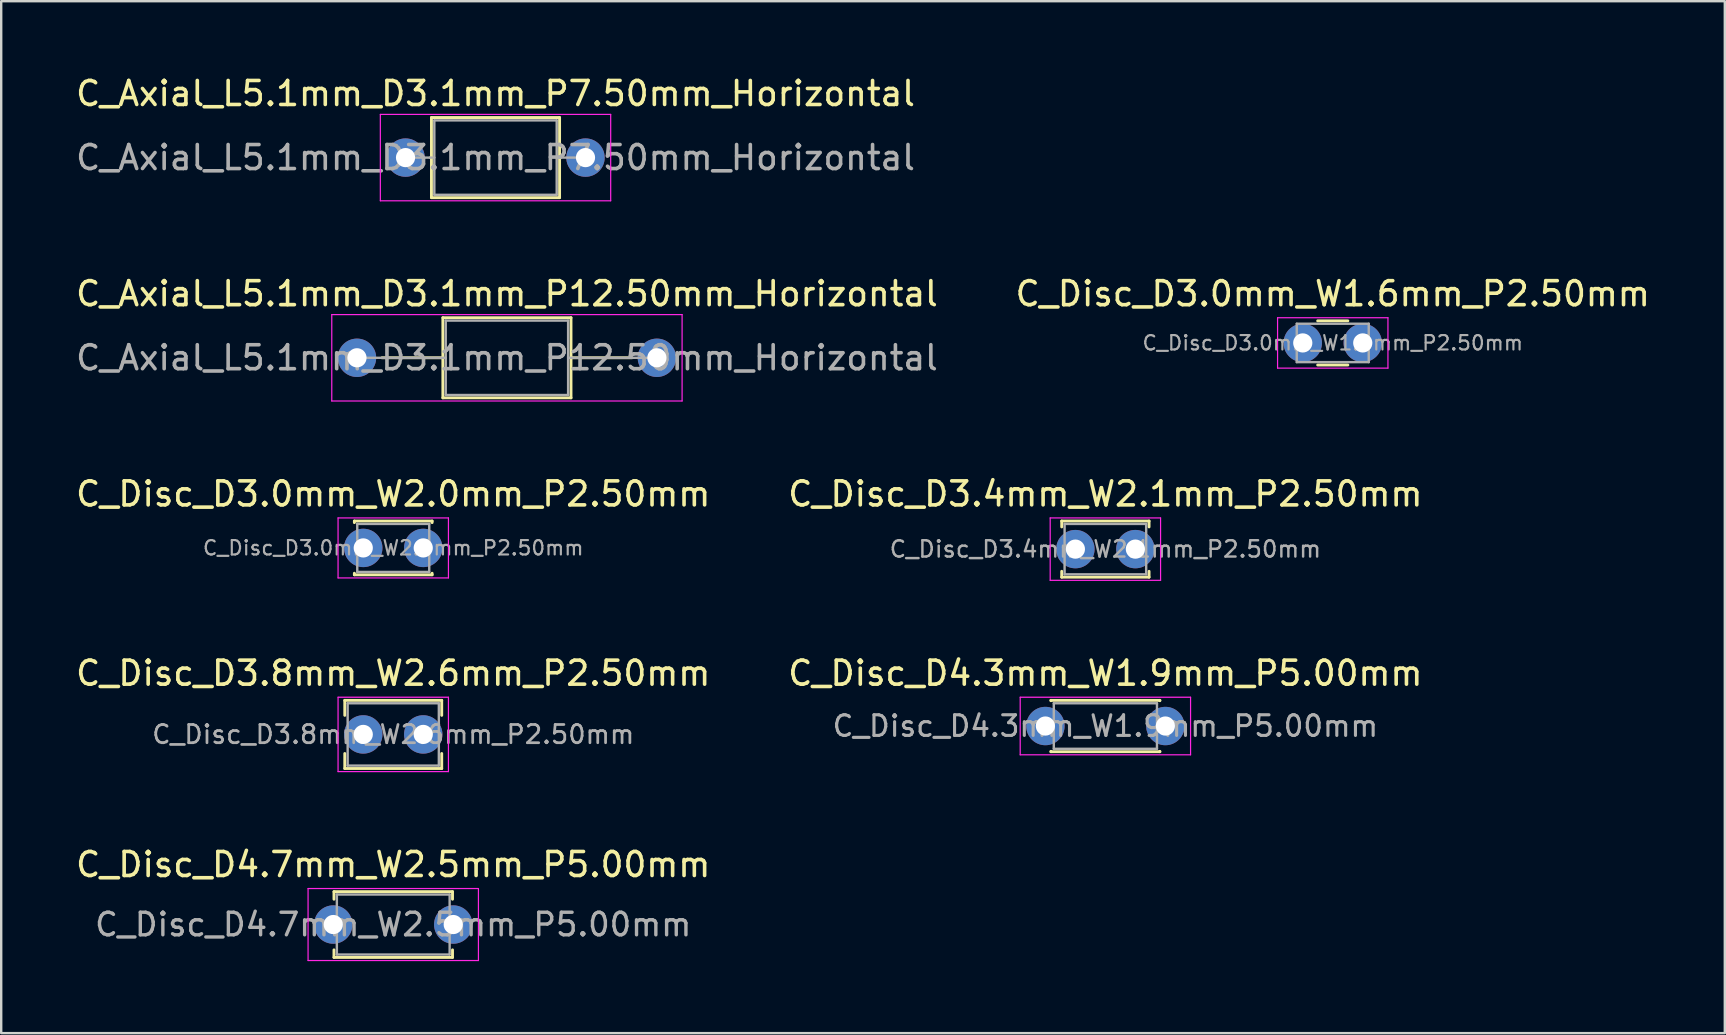
<source format=kicad_pcb>
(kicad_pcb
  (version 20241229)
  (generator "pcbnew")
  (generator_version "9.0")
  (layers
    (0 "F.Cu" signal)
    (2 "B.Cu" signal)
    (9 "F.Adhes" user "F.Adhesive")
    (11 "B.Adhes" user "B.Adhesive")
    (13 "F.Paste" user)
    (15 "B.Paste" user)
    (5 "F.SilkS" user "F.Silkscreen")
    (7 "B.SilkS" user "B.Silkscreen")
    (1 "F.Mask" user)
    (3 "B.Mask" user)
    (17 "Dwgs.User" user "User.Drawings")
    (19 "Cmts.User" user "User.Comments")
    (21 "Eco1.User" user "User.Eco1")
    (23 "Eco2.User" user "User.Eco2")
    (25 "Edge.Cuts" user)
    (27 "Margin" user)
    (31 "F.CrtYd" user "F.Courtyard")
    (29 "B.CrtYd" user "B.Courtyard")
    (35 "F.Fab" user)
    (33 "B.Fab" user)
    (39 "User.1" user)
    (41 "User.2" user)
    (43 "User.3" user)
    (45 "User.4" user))
  (footprint "C_Disc_D4.7mm_W2.5mm_P5.00mm"
    (layer "F.Cu")
    (at 10.839 35.481)
    (property "Reference" "C_Disc_D4.7mm_W2.5mm_P5.00mm" (at 2.5 -2.5 0) (layer "F.SilkS") (effects (font (size 1 1) (thickness 0.15))))
    (attr through_hole)
    (fp_line (start 0.03 -1.37) (end 0.03 -1.055) (stroke (width 0.12) (type solid)) (layer "F.SilkS"))
    (fp_line (start 0.03 -1.37) (end 4.97 -1.37) (stroke (width 0.12) (type solid)) (layer "F.SilkS"))
    (fp_line (start 0.03 1.055) (end 0.03 1.37) (stroke (width 0.12) (type solid)) (layer "F.SilkS"))
    (fp_line (start 0.03 1.37) (end 4.97 1.37) (stroke (width 0.12) (type solid)) (layer "F.SilkS"))
    (fp_line (start 4.97 -1.37) (end 4.97 -1.055) (stroke (width 0.12) (type solid)) (layer "F.SilkS"))
    (fp_line (start 4.97 1.055) (end 4.97 1.37) (stroke (width 0.12) (type solid)) (layer "F.SilkS"))
    (fp_line (start -1.05 -1.5) (end -1.05 1.5) (stroke (width 0.05) (type solid)) (layer "F.CrtYd"))
    (fp_line (start -1.05 1.5) (end 6.05 1.5) (stroke (width 0.05) (type solid)) (layer "F.CrtYd"))
    (fp_line (start 6.05 -1.5) (end -1.05 -1.5) (stroke (width 0.05) (type solid)) (layer "F.CrtYd"))
    (fp_line (start 6.05 1.5) (end 6.05 -1.5) (stroke (width 0.05) (type solid)) (layer "F.CrtYd"))
    (fp_line (start 0.15 -1.25) (end 0.15 1.25) (stroke (width 0.1) (type solid)) (layer "F.Fab"))
    (fp_line (start 0.15 1.25) (end 4.85 1.25) (stroke (width 0.1) (type solid)) (layer "F.Fab"))
    (fp_line (start 4.85 -1.25) (end 0.15 -1.25) (stroke (width 0.1) (type solid)) (layer "F.Fab"))
    (fp_line (start 4.85 1.25) (end 4.85 -1.25) (stroke (width 0.1) (type solid)) (layer "F.Fab"))
    (fp_text user "${REFERENCE}" (at 2.5 0 0) (layer "F.Fab") (effects (font (size 0.94 0.94) (thickness 0.141))))
    (pad "1" thru_hole circle (at 0 0) (size 1.6 1.6) (drill 0.8) (layers "*.Cu" "*.Mask"))
    (pad "2" thru_hole circle (at 5 0) (size 1.6 1.6) (drill 0.8) (layers "*.Cu" "*.Mask")))
  (footprint "C_Disc_D3.0mm_W2.0mm_P2.50mm"
    (layer "F.Cu")
    (at 12.089 19.785)
    (property "Reference" "C_Disc_D3.0mm_W2.0mm_P2.50mm" (at 1.25 -2.25 0) (layer "F.SilkS") (effects (font (size 1 1) (thickness 0.15))))
    (attr through_hole)
    (fp_line (start -0.37 -1.12) (end -0.37 -1.055) (stroke (width 0.12) (type solid)) (layer "F.SilkS"))
    (fp_line (start -0.37 -1.12) (end 2.87 -1.12) (stroke (width 0.12) (type solid)) (layer "F.SilkS"))
    (fp_line (start -0.37 1.055) (end -0.37 1.12) (stroke (width 0.12) (type solid)) (layer "F.SilkS"))
    (fp_line (start -0.37 1.12) (end 2.87 1.12) (stroke (width 0.12) (type solid)) (layer "F.SilkS"))
    (fp_line (start 2.87 -1.12) (end 2.87 -1.055) (stroke (width 0.12) (type solid)) (layer "F.SilkS"))
    (fp_line (start 2.87 1.055) (end 2.87 1.12) (stroke (width 0.12) (type solid)) (layer "F.SilkS"))
    (fp_line (start -1.05 -1.25) (end -1.05 1.25) (stroke (width 0.05) (type solid)) (layer "F.CrtYd"))
    (fp_line (start -1.05 1.25) (end 3.55 1.25) (stroke (width 0.05) (type solid)) (layer "F.CrtYd"))
    (fp_line (start 3.55 -1.25) (end -1.05 -1.25) (stroke (width 0.05) (type solid)) (layer "F.CrtYd"))
    (fp_line (start 3.55 1.25) (end 3.55 -1.25) (stroke (width 0.05) (type solid)) (layer "F.CrtYd"))
    (fp_line (start -0.25 -1) (end -0.25 1) (stroke (width 0.1) (type solid)) (layer "F.Fab"))
    (fp_line (start -0.25 1) (end 2.75 1) (stroke (width 0.1) (type solid)) (layer "F.Fab"))
    (fp_line (start 2.75 -1) (end -0.25 -1) (stroke (width 0.1) (type solid)) (layer "F.Fab"))
    (fp_line (start 2.75 1) (end 2.75 -1) (stroke (width 0.1) (type solid)) (layer "F.Fab"))
    (fp_text user "${REFERENCE}" (at 1.25 0 0) (layer "F.Fab") (effects (font (size 0.6 0.6) (thickness 0.09))))
    (pad "1" thru_hole circle (at 0 0) (size 1.6 1.6) (drill 0.8) (layers "*.Cu" "*.Mask"))
    (pad "2" thru_hole circle (at 2.5 0) (size 1.6 1.6) (drill 0.8) (layers "*.Cu" "*.Mask")))
  (footprint "C_Axial_L5.1mm_D3.1mm_P12.50mm_Horizontal"
    (layer "F.Cu")
    (at 11.827 11.861)
    (property "Reference" "C_Axial_L5.1mm_D3.1mm_P12.50mm_Horizontal" (at 6.25 -2.67 0) (layer "F.SilkS") (effects (font (size 1 1) (thickness 0.15))))
    (attr through_hole)
    (fp_line (start 1.04 0) (end 3.58 0) (stroke (width 0.12) (type solid)) (layer "F.SilkS"))
    (fp_line (start 3.58 -1.67) (end 3.58 1.67) (stroke (width 0.12) (type solid)) (layer "F.SilkS"))
    (fp_line (start 3.58 1.67) (end 8.92 1.67) (stroke (width 0.12) (type solid)) (layer "F.SilkS"))
    (fp_line (start 8.92 -1.67) (end 3.58 -1.67) (stroke (width 0.12) (type solid)) (layer "F.SilkS"))
    (fp_line (start 8.92 1.67) (end 8.92 -1.67) (stroke (width 0.12) (type solid)) (layer "F.SilkS"))
    (fp_line (start 11.46 0) (end 8.92 0) (stroke (width 0.12) (type solid)) (layer "F.SilkS"))
    (fp_line (start -1.05 -1.8) (end -1.05 1.8) (stroke (width 0.05) (type solid)) (layer "F.CrtYd"))
    (fp_line (start -1.05 1.8) (end 13.55 1.8) (stroke (width 0.05) (type solid)) (layer "F.CrtYd"))
    (fp_line (start 13.55 -1.8) (end -1.05 -1.8) (stroke (width 0.05) (type solid)) (layer "F.CrtYd"))
    (fp_line (start 13.55 1.8) (end 13.55 -1.8) (stroke (width 0.05) (type solid)) (layer "F.CrtYd"))
    (fp_line (start 0 0) (end 3.7 0) (stroke (width 0.1) (type solid)) (layer "F.Fab"))
    (fp_line (start 3.7 -1.55) (end 3.7 1.55) (stroke (width 0.1) (type solid)) (layer "F.Fab"))
    (fp_line (start 3.7 1.55) (end 8.8 1.55) (stroke (width 0.1) (type solid)) (layer "F.Fab"))
    (fp_line (start 8.8 -1.55) (end 3.7 -1.55) (stroke (width 0.1) (type solid)) (layer "F.Fab"))
    (fp_line (start 8.8 1.55) (end 8.8 -1.55) (stroke (width 0.1) (type solid)) (layer "F.Fab"))
    (fp_line (start 12.5 0) (end 8.8 0) (stroke (width 0.1) (type solid)) (layer "F.Fab"))
    (fp_text user "${REFERENCE}" (at 6.25 0 0) (layer "F.Fab") (effects (font (size 1 1) (thickness 0.15))))
    (pad "1" thru_hole circle (at 0 0) (size 1.6 1.6) (drill 0.8) (layers "*.Cu" "*.Mask"))
    (pad "2" thru_hole oval (at 12.5 0) (size 1.6 1.6) (drill 0.8) (layers "*.Cu" "*.Mask")))
  (footprint "C_Disc_D3.8mm_W2.6mm_P2.50mm"
    (layer "F.Cu")
    (at 12.089 27.558)
    (property "Reference" "C_Disc_D3.8mm_W2.6mm_P2.50mm" (at 1.25 -2.55 0) (layer "F.SilkS") (effects (font (size 1 1) (thickness 0.15))))
    (attr through_hole)
    (fp_line (start -0.77 -1.42) (end -0.77 -0.795) (stroke (width 0.12) (type solid)) (layer "F.SilkS"))
    (fp_line (start -0.77 -1.42) (end 3.27 -1.42) (stroke (width 0.12) (type solid)) (layer "F.SilkS"))
    (fp_line (start -0.77 0.795) (end -0.77 1.42) (stroke (width 0.12) (type solid)) (layer "F.SilkS"))
    (fp_line (start -0.77 1.42) (end 3.27 1.42) (stroke (width 0.12) (type solid)) (layer "F.SilkS"))
    (fp_line (start 3.27 -1.42) (end 3.27 -0.795) (stroke (width 0.12) (type solid)) (layer "F.SilkS"))
    (fp_line (start 3.27 0.795) (end 3.27 1.42) (stroke (width 0.12) (type solid)) (layer "F.SilkS"))
    (fp_line (start -1.05 -1.55) (end -1.05 1.55) (stroke (width 0.05) (type solid)) (layer "F.CrtYd"))
    (fp_line (start -1.05 1.55) (end 3.55 1.55) (stroke (width 0.05) (type solid)) (layer "F.CrtYd"))
    (fp_line (start 3.55 -1.55) (end -1.05 -1.55) (stroke (width 0.05) (type solid)) (layer "F.CrtYd"))
    (fp_line (start 3.55 1.55) (end 3.55 -1.55) (stroke (width 0.05) (type solid)) (layer "F.CrtYd"))
    (fp_line (start -0.65 -1.3) (end -0.65 1.3) (stroke (width 0.1) (type solid)) (layer "F.Fab"))
    (fp_line (start -0.65 1.3) (end 3.15 1.3) (stroke (width 0.1) (type solid)) (layer "F.Fab"))
    (fp_line (start 3.15 -1.3) (end -0.65 -1.3) (stroke (width 0.1) (type solid)) (layer "F.Fab"))
    (fp_line (start 3.15 1.3) (end 3.15 -1.3) (stroke (width 0.1) (type solid)) (layer "F.Fab"))
    (fp_text user "${REFERENCE}" (at 1.25 0 0) (layer "F.Fab") (effects (font (size 0.76 0.76) (thickness 0.114))))
    (pad "1" thru_hole circle (at 0 0) (size 1.6 1.6) (drill 0.8) (layers "*.Cu" "*.Mask"))
    (pad "2" thru_hole circle (at 2.5 0) (size 1.6 1.6) (drill 0.8) (layers "*.Cu" "*.Mask")))
  (footprint "C_Disc_D3.0mm_W1.6mm_P2.50mm"
    (layer "F.Cu")
    (at 51.244 11.242)
    (property "Reference" "C_Disc_D3.0mm_W1.6mm_P2.50mm" (at 1.25 -2.05 0) (layer "F.SilkS") (effects (font (size 1 1) (thickness 0.15))))
    (attr through_hole)
    (fp_line (start 0.621 -0.92) (end 1.879 -0.92) (stroke (width 0.12) (type solid)) (layer "F.SilkS"))
    (fp_line (start 0.621 0.92) (end 1.879 0.92) (stroke (width 0.12) (type solid)) (layer "F.SilkS"))
    (fp_line (start -1.05 -1.05) (end -1.05 1.05) (stroke (width 0.05) (type solid)) (layer "F.CrtYd"))
    (fp_line (start -1.05 1.05) (end 3.55 1.05) (stroke (width 0.05) (type solid)) (layer "F.CrtYd"))
    (fp_line (start 3.55 -1.05) (end -1.05 -1.05) (stroke (width 0.05) (type solid)) (layer "F.CrtYd"))
    (fp_line (start 3.55 1.05) (end 3.55 -1.05) (stroke (width 0.05) (type solid)) (layer "F.CrtYd"))
    (fp_line (start -0.25 -0.8) (end -0.25 0.8) (stroke (width 0.1) (type solid)) (layer "F.Fab"))
    (fp_line (start -0.25 0.8) (end 2.75 0.8) (stroke (width 0.1) (type solid)) (layer "F.Fab"))
    (fp_line (start 2.75 -0.8) (end -0.25 -0.8) (stroke (width 0.1) (type solid)) (layer "F.Fab"))
    (fp_line (start 2.75 0.8) (end 2.75 -0.8) (stroke (width 0.1) (type solid)) (layer "F.Fab"))
    (fp_text user "${REFERENCE}" (at 1.25 0 0) (layer "F.Fab") (effects (font (size 0.6 0.6) (thickness 0.09))))
    (pad "1" thru_hole circle (at 0 0) (size 1.6 1.6) (drill 0.8) (layers "*.Cu" "*.Mask"))
    (pad "2" thru_hole circle (at 2.5 0) (size 1.6 1.6) (drill 0.8) (layers "*.Cu" "*.Mask")))
  (footprint "C_Disc_D4.3mm_W1.9mm_P5.00mm"
    (layer "F.Cu")
    (at 40.518 27.208)
    (property "Reference" "C_Disc_D4.3mm_W1.9mm_P5.00mm" (at 2.5 -2.2 0) (layer "F.SilkS") (effects (font (size 1 1) (thickness 0.15))))
    (attr through_hole)
    (fp_line (start 0.23 -1.07) (end 0.23 -1.055) (stroke (width 0.12) (type solid)) (layer "F.SilkS"))
    (fp_line (start 0.23 -1.07) (end 4.77 -1.07) (stroke (width 0.12) (type solid)) (layer "F.SilkS"))
    (fp_line (start 0.23 1.055) (end 0.23 1.07) (stroke (width 0.12) (type solid)) (layer "F.SilkS"))
    (fp_line (start 0.23 1.07) (end 4.77 1.07) (stroke (width 0.12) (type solid)) (layer "F.SilkS"))
    (fp_line (start 4.77 -1.07) (end 4.77 -1.055) (stroke (width 0.12) (type solid)) (layer "F.SilkS"))
    (fp_line (start 4.77 1.055) (end 4.77 1.07) (stroke (width 0.12) (type solid)) (layer "F.SilkS"))
    (fp_line (start -1.05 -1.2) (end -1.05 1.2) (stroke (width 0.05) (type solid)) (layer "F.CrtYd"))
    (fp_line (start -1.05 1.2) (end 6.05 1.2) (stroke (width 0.05) (type solid)) (layer "F.CrtYd"))
    (fp_line (start 6.05 -1.2) (end -1.05 -1.2) (stroke (width 0.05) (type solid)) (layer "F.CrtYd"))
    (fp_line (start 6.05 1.2) (end 6.05 -1.2) (stroke (width 0.05) (type solid)) (layer "F.CrtYd"))
    (fp_line (start 0.35 -0.95) (end 0.35 0.95) (stroke (width 0.1) (type solid)) (layer "F.Fab"))
    (fp_line (start 0.35 0.95) (end 4.65 0.95) (stroke (width 0.1) (type solid)) (layer "F.Fab"))
    (fp_line (start 4.65 -0.95) (end 0.35 -0.95) (stroke (width 0.1) (type solid)) (layer "F.Fab"))
    (fp_line (start 4.65 0.95) (end 4.65 -0.95) (stroke (width 0.1) (type solid)) (layer "F.Fab"))
    (fp_text user "${REFERENCE}" (at 2.5 0 0) (layer "F.Fab") (effects (font (size 0.86 0.86) (thickness 0.129))))
    (pad "1" thru_hole circle (at 0 0) (size 1.6 1.6) (drill 0.8) (layers "*.Cu" "*.Mask"))
    (pad "2" thru_hole circle (at 5 0) (size 1.6 1.6) (drill 0.8) (layers "*.Cu" "*.Mask")))
  (footprint "C_Axial_L5.1mm_D3.1mm_P7.50mm_Horizontal"
    (layer "F.Cu")
    (at 13.851 3.518)
    (property "Reference" "C_Axial_L5.1mm_D3.1mm_P7.50mm_Horizontal" (at 3.75 -2.67 0) (layer "F.SilkS") (effects (font (size 1 1) (thickness 0.15))))
    (attr through_hole)
    (fp_line (start 1.04 0) (end 1.08 0) (stroke (width 0.12) (type solid)) (layer "F.SilkS"))
    (fp_line (start 1.08 -1.67) (end 1.08 1.67) (stroke (width 0.12) (type solid)) (layer "F.SilkS"))
    (fp_line (start 1.08 1.67) (end 6.42 1.67) (stroke (width 0.12) (type solid)) (layer "F.SilkS"))
    (fp_line (start 6.42 -1.67) (end 1.08 -1.67) (stroke (width 0.12) (type solid)) (layer "F.SilkS"))
    (fp_line (start 6.42 1.67) (end 6.42 -1.67) (stroke (width 0.12) (type solid)) (layer "F.SilkS"))
    (fp_line (start 6.46 0) (end 6.42 0) (stroke (width 0.12) (type solid)) (layer "F.SilkS"))
    (fp_line (start -1.05 -1.8) (end -1.05 1.8) (stroke (width 0.05) (type solid)) (layer "F.CrtYd"))
    (fp_line (start -1.05 1.8) (end 8.55 1.8) (stroke (width 0.05) (type solid)) (layer "F.CrtYd"))
    (fp_line (start 8.55 -1.8) (end -1.05 -1.8) (stroke (width 0.05) (type solid)) (layer "F.CrtYd"))
    (fp_line (start 8.55 1.8) (end 8.55 -1.8) (stroke (width 0.05) (type solid)) (layer "F.CrtYd"))
    (fp_line (start 0 0) (end 1.2 0) (stroke (width 0.1) (type solid)) (layer "F.Fab"))
    (fp_line (start 1.2 -1.55) (end 1.2 1.55) (stroke (width 0.1) (type solid)) (layer "F.Fab"))
    (fp_line (start 1.2 1.55) (end 6.3 1.55) (stroke (width 0.1) (type solid)) (layer "F.Fab"))
    (fp_line (start 6.3 -1.55) (end 1.2 -1.55) (stroke (width 0.1) (type solid)) (layer "F.Fab"))
    (fp_line (start 6.3 1.55) (end 6.3 -1.55) (stroke (width 0.1) (type solid)) (layer "F.Fab"))
    (fp_line (start 7.5 0) (end 6.3 0) (stroke (width 0.1) (type solid)) (layer "F.Fab"))
    (fp_text user "${REFERENCE}" (at 3.75 0 0) (layer "F.Fab") (effects (font (size 1 1) (thickness 0.15))))
    (pad "1" thru_hole circle (at 0 0) (size 1.6 1.6) (drill 0.8) (layers "*.Cu" "*.Mask"))
    (pad "2" thru_hole oval (at 7.5 0) (size 1.6 1.6) (drill 0.8) (layers "*.Cu" "*.Mask")))
  (footprint "C_Disc_D3.4mm_W2.1mm_P2.50mm"
    (layer "F.Cu")
    (at 41.768 19.835)
    (property "Reference" "C_Disc_D3.4mm_W2.1mm_P2.50mm" (at 1.25 -2.3 0) (layer "F.SilkS") (effects (font (size 1 1) (thickness 0.15))))
    (attr through_hole)
    (fp_line (start -0.57 -1.17) (end -0.57 -0.925) (stroke (width 0.12) (type solid)) (layer "F.SilkS"))
    (fp_line (start -0.57 -1.17) (end 3.07 -1.17) (stroke (width 0.12) (type solid)) (layer "F.SilkS"))
    (fp_line (start -0.57 0.925) (end -0.57 1.17) (stroke (width 0.12) (type solid)) (layer "F.SilkS"))
    (fp_line (start -0.57 1.17) (end 3.07 1.17) (stroke (width 0.12) (type solid)) (layer "F.SilkS"))
    (fp_line (start 3.07 -1.17) (end 3.07 -0.925) (stroke (width 0.12) (type solid)) (layer "F.SilkS"))
    (fp_line (start 3.07 0.925) (end 3.07 1.17) (stroke (width 0.12) (type solid)) (layer "F.SilkS"))
    (fp_line (start -1.05 -1.3) (end -1.05 1.3) (stroke (width 0.05) (type solid)) (layer "F.CrtYd"))
    (fp_line (start -1.05 1.3) (end 3.55 1.3) (stroke (width 0.05) (type solid)) (layer "F.CrtYd"))
    (fp_line (start 3.55 -1.3) (end -1.05 -1.3) (stroke (width 0.05) (type solid)) (layer "F.CrtYd"))
    (fp_line (start 3.55 1.3) (end 3.55 -1.3) (stroke (width 0.05) (type solid)) (layer "F.CrtYd"))
    (fp_line (start -0.45 -1.05) (end -0.45 1.05) (stroke (width 0.1) (type solid)) (layer "F.Fab"))
    (fp_line (start -0.45 1.05) (end 2.95 1.05) (stroke (width 0.1) (type solid)) (layer "F.Fab"))
    (fp_line (start 2.95 -1.05) (end -0.45 -1.05) (stroke (width 0.1) (type solid)) (layer "F.Fab"))
    (fp_line (start 2.95 1.05) (end 2.95 -1.05) (stroke (width 0.1) (type solid)) (layer "F.Fab"))
    (fp_text user "${REFERENCE}" (at 1.25 0 0) (layer "F.Fab") (effects (font (size 0.68 0.68) (thickness 0.102))))
    (pad "1" thru_hole circle (at 0 0) (size 1.6 1.6) (drill 0.8) (layers "*.Cu" "*.Mask"))
    (pad "2" thru_hole circle (at 2.5 0) (size 1.6 1.6) (drill 0.8) (layers "*.Cu" "*.Mask")))
  (gr_rect
    (start -3 -3)
    (end 68.833 40.006)
    (stroke (width 0.1) (type default))
    (fill no)
    (layer "Edge.Cuts")))
</source>
